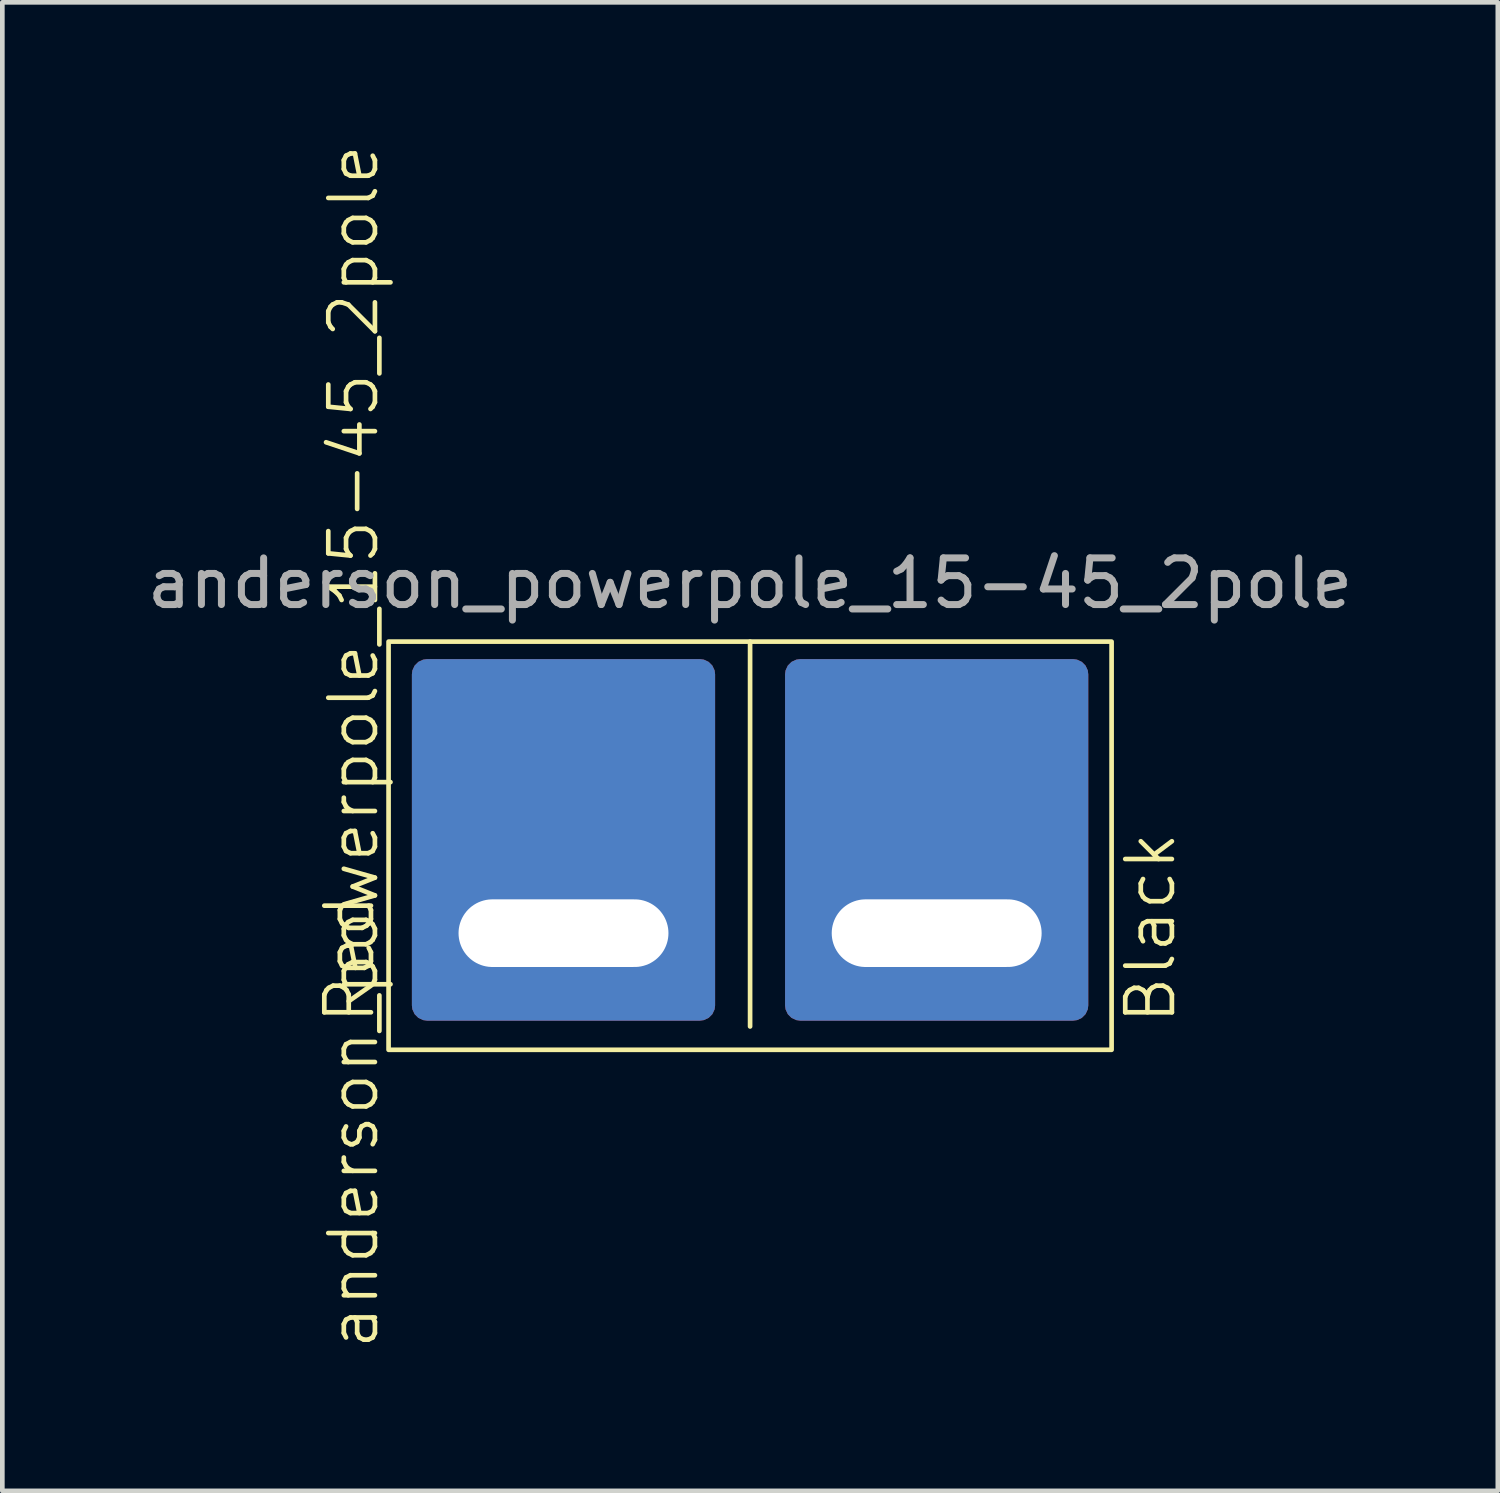
<source format=kicad_pcb>
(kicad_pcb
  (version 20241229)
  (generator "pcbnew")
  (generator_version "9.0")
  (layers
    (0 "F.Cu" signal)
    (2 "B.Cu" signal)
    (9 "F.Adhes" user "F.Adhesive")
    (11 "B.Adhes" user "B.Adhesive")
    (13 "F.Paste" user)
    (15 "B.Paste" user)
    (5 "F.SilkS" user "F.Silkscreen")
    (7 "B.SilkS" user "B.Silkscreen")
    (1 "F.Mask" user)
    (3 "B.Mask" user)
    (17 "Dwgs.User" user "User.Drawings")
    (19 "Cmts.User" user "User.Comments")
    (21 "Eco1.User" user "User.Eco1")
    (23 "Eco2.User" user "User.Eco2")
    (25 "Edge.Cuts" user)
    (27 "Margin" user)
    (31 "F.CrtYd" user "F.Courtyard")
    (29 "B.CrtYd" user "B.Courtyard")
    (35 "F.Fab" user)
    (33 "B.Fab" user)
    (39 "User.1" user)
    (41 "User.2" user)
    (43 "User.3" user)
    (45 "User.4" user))
  (footprint "anderson_powerpole_15-45_2pole"
    (layer "F.Cu")
    (at 9.03 16.955)
    (property "Reference" "anderson_powerpole_15-45_2pole" (at -4.5 -4 90) (unlocked yes) (layer "F.SilkS") (effects (font (size 1 1) (thickness 0.1))))
    (attr through_hole)
    (fp_line (start 4 -6.25) (end 4 2) (stroke (width 0.1) (type default)) (layer "F.SilkS"))
    (fp_rect (start -3.75 -6.25) (end 11.75 2.5) (stroke (width 0.1) (type default)) (fill no) (layer "F.SilkS"))
    (fp_text user "Black" (at 12 2 90) (unlocked yes) (layer "F.SilkS") (effects (font (size 1 1) (thickness 0.1)) (justify left top)))
    (fp_text user "Red" (at -4 2 90) (unlocked yes) (layer "F.SilkS") (effects (font (size 1 1) (thickness 0.1)) (justify left bottom)))
    (fp_text user "${REFERENCE}" (at 4 -7.5 0) (unlocked yes) (layer "F.Fab") (effects (font (size 1 1) (thickness 0.15))))
    (pad "1" thru_hole roundrect (at 0 0) (size 6.5 7.75) (drill oval 4.5 1.45 (offset 0 -2)) (layers "*.Cu" "*.Mask") (roundrect_rratio 0.05))
    (pad "2" thru_hole roundrect (at 8 0) (size 6.5 7.75) (drill oval 4.5 1.45 (offset 0 -2)) (layers "*.Cu" "*.Mask") (roundrect_rratio 0.05)))
  (gr_rect
    (start -3 -3)
    (end 29.06 28.91)
    (stroke (width 0.1) (type default))
    (fill no)
    (layer "Edge.Cuts")))
</source>
